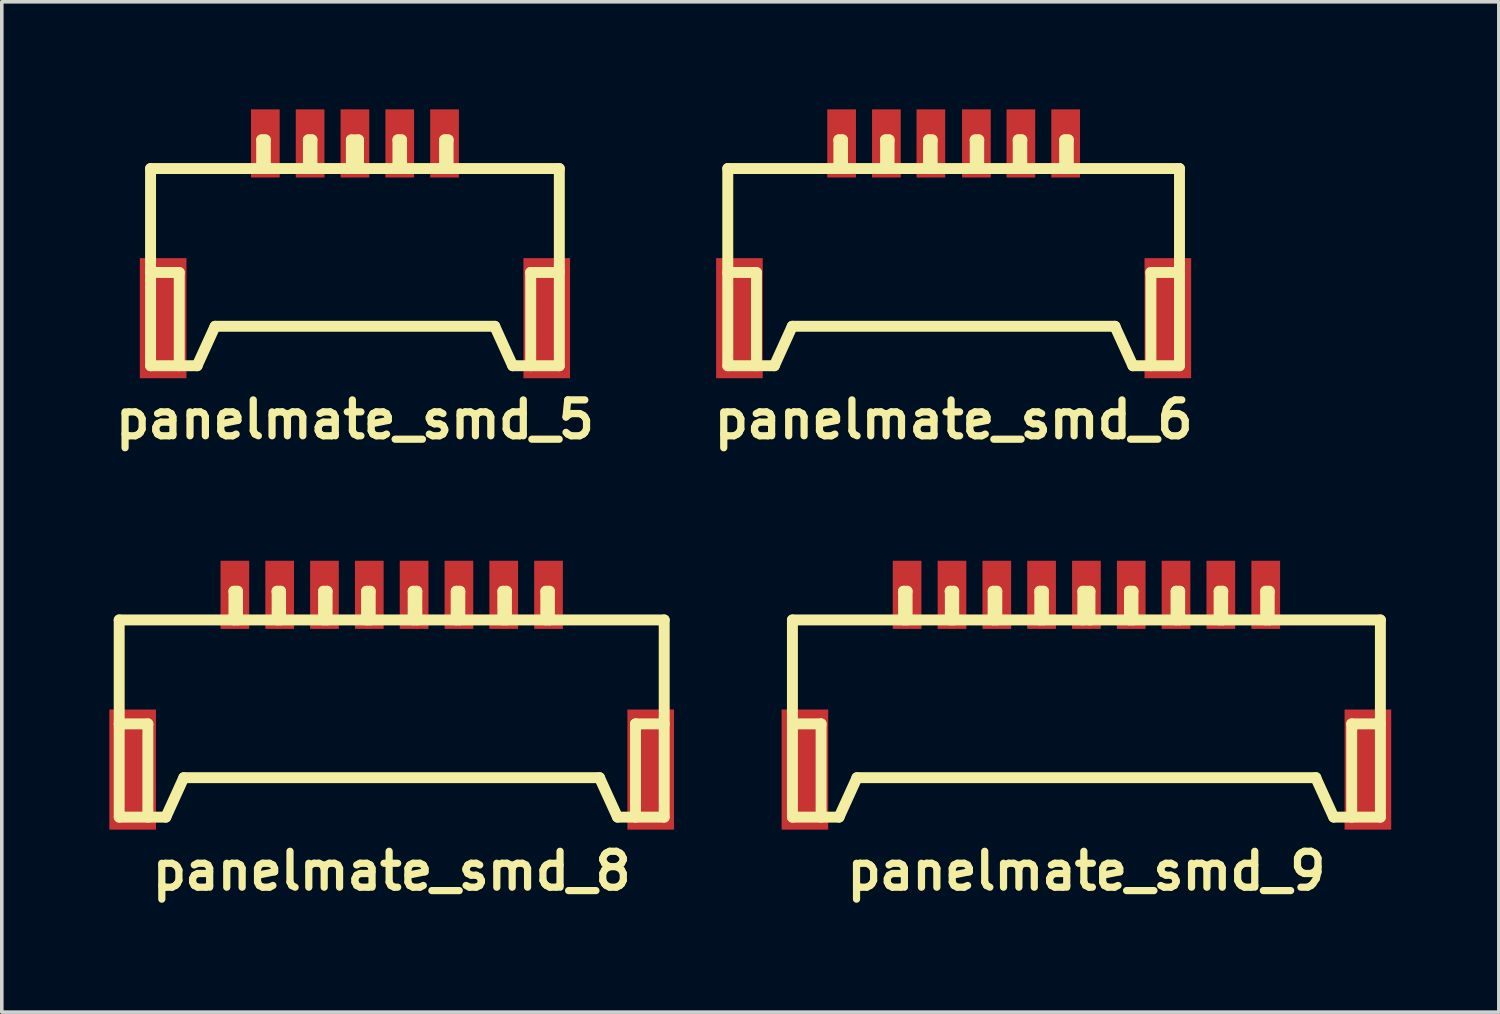
<source format=kicad_pcb>
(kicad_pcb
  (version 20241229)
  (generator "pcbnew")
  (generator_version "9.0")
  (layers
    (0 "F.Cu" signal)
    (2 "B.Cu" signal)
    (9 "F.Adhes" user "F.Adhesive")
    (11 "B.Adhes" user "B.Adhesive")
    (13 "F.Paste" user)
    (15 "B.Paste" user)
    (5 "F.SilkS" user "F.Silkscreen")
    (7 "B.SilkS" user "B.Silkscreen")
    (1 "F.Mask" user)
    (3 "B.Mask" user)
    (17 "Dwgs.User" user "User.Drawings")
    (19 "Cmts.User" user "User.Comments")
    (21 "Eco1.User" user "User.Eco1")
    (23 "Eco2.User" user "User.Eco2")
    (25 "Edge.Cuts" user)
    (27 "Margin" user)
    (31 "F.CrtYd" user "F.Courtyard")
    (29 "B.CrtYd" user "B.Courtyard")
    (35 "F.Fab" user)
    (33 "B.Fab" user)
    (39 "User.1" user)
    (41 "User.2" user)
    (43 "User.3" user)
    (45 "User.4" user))
  (footprint "panelmate_smd_9"
    (layer "F.Cu")
    (at 27.249 17.039)
    (property "Reference" "panelmate_smd_9" (at 0 4.201 0) (layer "F.SilkS") (effects (font (size 1.001 1.001) (thickness 0.201))))
    (attr smd)
    (fp_line (start -8.199 -2.799) (end -8.199 2.7) (stroke (width 0.305) (type solid)) (layer "F.SilkS"))
    (fp_line (start -8.199 0.099) (end -7.399 0.099) (stroke (width 0.305) (type solid)) (layer "F.SilkS"))
    (fp_line (start -7.399 0.099) (end -7.399 2.7) (stroke (width 0.305) (type solid)) (layer "F.SilkS"))
    (fp_line (start -6.899 2.7) (end -8.197 2.7) (stroke (width 0.305) (type solid)) (layer "F.SilkS"))
    (fp_line (start -6.899 2.7) (end -6.398 1.6) (stroke (width 0.305) (type solid)) (layer "F.SilkS"))
    (fp_line (start -6.401 1.6) (end 6.401 1.6) (stroke (width 0.305) (type solid)) (layer "F.SilkS"))
    (fp_line (start -5.103 -3.599) (end -5.001 -3.599) (stroke (width 0.305) (type solid)) (layer "F.SilkS"))
    (fp_line (start -5.098 -2.799) (end -5.098 -3.599) (stroke (width 0.305) (type solid)) (layer "F.SilkS"))
    (fp_line (start -5.001 -3.599) (end -5.001 -2.799) (stroke (width 0.305) (type solid)) (layer "F.SilkS"))
    (fp_line (start -3.802 -3.599) (end -3.701 -3.599) (stroke (width 0.305) (type solid)) (layer "F.SilkS"))
    (fp_line (start -3.795 -2.799) (end -3.795 -3.599) (stroke (width 0.305) (type solid)) (layer "F.SilkS"))
    (fp_line (start -3.701 -3.599) (end -3.701 -2.799) (stroke (width 0.305) (type solid)) (layer "F.SilkS"))
    (fp_line (start -2.601 -3.599) (end -2.601 -2.799) (stroke (width 0.305) (type solid)) (layer "F.SilkS"))
    (fp_line (start -2.499 -3.599) (end -2.601 -3.599) (stroke (width 0.305) (type solid)) (layer "F.SilkS"))
    (fp_line (start -2.499 -3.599) (end -2.499 -2.799) (stroke (width 0.305) (type solid)) (layer "F.SilkS"))
    (fp_line (start -1.3 -3.599) (end -1.199 -3.599) (stroke (width 0.305) (type solid)) (layer "F.SilkS"))
    (fp_line (start -1.3 -2.799) (end -1.3 -3.599) (stroke (width 0.305) (type solid)) (layer "F.SilkS"))
    (fp_line (start -1.199 -3.599) (end -1.199 -2.799) (stroke (width 0.305) (type solid)) (layer "F.SilkS"))
    (fp_line (start -0.099 -3.599) (end 0.099 -3.599) (stroke (width 0.305) (type solid)) (layer "F.SilkS"))
    (fp_line (start -0.099 -2.799) (end -0.099 -3.599) (stroke (width 0.305) (type solid)) (layer "F.SilkS"))
    (fp_line (start 0.099 -3.599) (end 0.099 -2.799) (stroke (width 0.305) (type solid)) (layer "F.SilkS"))
    (fp_line (start 1.201 -3.599) (end 1.201 -2.799) (stroke (width 0.305) (type solid)) (layer "F.SilkS"))
    (fp_line (start 1.298 -3.599) (end 1.298 -2.799) (stroke (width 0.305) (type solid)) (layer "F.SilkS"))
    (fp_line (start 1.3 -3.599) (end 1.199 -3.599) (stroke (width 0.305) (type solid)) (layer "F.SilkS"))
    (fp_line (start 2.499 -3.599) (end 2.499 -2.799) (stroke (width 0.305) (type solid)) (layer "F.SilkS"))
    (fp_line (start 2.504 -3.599) (end 2.603 -3.599) (stroke (width 0.305) (type solid)) (layer "F.SilkS"))
    (fp_line (start 2.601 -2.799) (end 2.601 -3.599) (stroke (width 0.305) (type solid)) (layer "F.SilkS"))
    (fp_line (start 3.701 -3.599) (end 3.701 -2.799) (stroke (width 0.305) (type solid)) (layer "F.SilkS"))
    (fp_line (start 3.8 -2.799) (end 3.8 -3.599) (stroke (width 0.305) (type solid)) (layer "F.SilkS"))
    (fp_line (start 3.805 -3.599) (end 3.703 -3.599) (stroke (width 0.305) (type solid)) (layer "F.SilkS"))
    (fp_line (start 4.999 -3.599) (end 4.999 -2.799) (stroke (width 0.305) (type solid)) (layer "F.SilkS"))
    (fp_line (start 5.001 -3.599) (end 5.1 -3.599) (stroke (width 0.305) (type solid)) (layer "F.SilkS"))
    (fp_line (start 5.098 -2.799) (end 5.098 -3.599) (stroke (width 0.305) (type solid)) (layer "F.SilkS"))
    (fp_line (start 6.396 1.6) (end 6.896 2.7) (stroke (width 0.305) (type solid)) (layer "F.SilkS"))
    (fp_line (start 6.901 2.7) (end 8.199 2.7) (stroke (width 0.305) (type solid)) (layer "F.SilkS"))
    (fp_line (start 7.399 0.099) (end 7.399 2.7) (stroke (width 0.305) (type solid)) (layer "F.SilkS"))
    (fp_line (start 8.199 -2.799) (end -8.199 -2.799) (stroke (width 0.305) (type solid)) (layer "F.SilkS"))
    (fp_line (start 8.199 -2.799) (end 8.199 2.7) (stroke (width 0.305) (type solid)) (layer "F.SilkS"))
    (fp_line (start 8.199 0.099) (end 7.399 0.099) (stroke (width 0.305) (type solid)) (layer "F.SilkS"))
    (pad "1" smd rect (at -5.001 -3.5) (size 0.8 1.9) (layers "F.Cu" "F.Mask" "F.Paste"))
    (pad "2" smd rect (at -3.749 -3.5) (size 0.8 1.9) (layers "F.Cu" "F.Mask" "F.Paste"))
    (pad "3" smd rect (at -2.499 -3.5) (size 0.8 1.9) (layers "F.Cu" "F.Mask" "F.Paste"))
    (pad "4" smd rect (at -1.25 -3.5) (size 0.8 1.9) (layers "F.Cu" "F.Mask" "F.Paste"))
    (pad "5" smd rect (at 0 -3.5) (size 0.8 1.9) (layers "F.Cu" "F.Mask" "F.Paste"))
    (pad "6" smd rect (at 1.25 -3.5) (size 0.8 1.9) (layers "F.Cu" "F.Mask" "F.Paste"))
    (pad "7" smd rect (at 2.499 -3.5) (size 0.8 1.9) (layers "F.Cu" "F.Mask" "F.Paste"))
    (pad "8" smd rect (at 3.749 -3.5) (size 0.8 1.9) (layers "F.Cu" "F.Mask" "F.Paste"))
    (pad "9" smd rect (at 5.001 -3.5) (size 0.8 1.9) (layers "F.Cu" "F.Mask" "F.Paste"))
    (pad "10" smd rect (at -7.851 1.374) (size 1.3 3.35) (layers "F.Cu" "F.Mask" "F.Paste"))
    (pad "10" smd rect (at 7.851 1.374) (size 1.3 3.35) (layers "F.Cu" "F.Mask" "F.Paste")))
  (footprint "panelmate_smd_6"
    (layer "F.Cu")
    (at 23.546 4.45)
    (property "Reference" "panelmate_smd_6" (at 0 4.201 0) (layer "F.SilkS") (effects (font (size 1.001 1.001) (thickness 0.201))))
    (attr smd)
    (fp_line (start -6.299 -2.799) (end -6.299 2.7) (stroke (width 0.305) (type solid)) (layer "F.SilkS"))
    (fp_line (start -6.299 0.099) (end -5.499 0.099) (stroke (width 0.305) (type solid)) (layer "F.SilkS"))
    (fp_line (start -5.499 0.099) (end -5.499 2.7) (stroke (width 0.305) (type solid)) (layer "F.SilkS"))
    (fp_line (start -5.001 2.7) (end -4.501 1.6) (stroke (width 0.305) (type solid)) (layer "F.SilkS"))
    (fp_line (start -4.999 2.7) (end -6.297 2.7) (stroke (width 0.305) (type solid)) (layer "F.SilkS"))
    (fp_line (start -4.501 1.6) (end 4.501 1.6) (stroke (width 0.305) (type solid)) (layer "F.SilkS"))
    (fp_line (start -3.2 -3.599) (end -3.099 -3.599) (stroke (width 0.305) (type solid)) (layer "F.SilkS"))
    (fp_line (start -3.2 -2.799) (end -3.2 -3.599) (stroke (width 0.305) (type solid)) (layer "F.SilkS"))
    (fp_line (start -3.099 -3.599) (end -3.099 -2.799) (stroke (width 0.305) (type solid)) (layer "F.SilkS"))
    (fp_line (start -1.902 -3.599) (end -1.801 -3.599) (stroke (width 0.305) (type solid)) (layer "F.SilkS"))
    (fp_line (start -1.897 -2.799) (end -1.897 -3.599) (stroke (width 0.305) (type solid)) (layer "F.SilkS"))
    (fp_line (start -1.801 -3.599) (end -1.801 -2.799) (stroke (width 0.305) (type solid)) (layer "F.SilkS"))
    (fp_line (start -0.701 -3.599) (end -0.701 -2.799) (stroke (width 0.305) (type solid)) (layer "F.SilkS"))
    (fp_line (start -0.599 -3.599) (end -0.701 -3.599) (stroke (width 0.305) (type solid)) (layer "F.SilkS"))
    (fp_line (start -0.599 -3.599) (end -0.599 -2.799) (stroke (width 0.305) (type solid)) (layer "F.SilkS"))
    (fp_line (start 0.602 -3.599) (end 0.701 -3.599) (stroke (width 0.305) (type solid)) (layer "F.SilkS"))
    (fp_line (start 0.602 -2.799) (end 0.602 -3.599) (stroke (width 0.305) (type solid)) (layer "F.SilkS"))
    (fp_line (start 0.699 -3.599) (end 0.699 -2.799) (stroke (width 0.305) (type solid)) (layer "F.SilkS"))
    (fp_line (start 1.801 -3.599) (end 1.801 -2.799) (stroke (width 0.305) (type solid)) (layer "F.SilkS"))
    (fp_line (start 1.9 -2.799) (end 1.9 -3.599) (stroke (width 0.305) (type solid)) (layer "F.SilkS"))
    (fp_line (start 1.902 -3.599) (end 1.801 -3.599) (stroke (width 0.305) (type solid)) (layer "F.SilkS"))
    (fp_line (start 3.096 -3.599) (end 3.096 -2.799) (stroke (width 0.305) (type solid)) (layer "F.SilkS"))
    (fp_line (start 3.101 -3.599) (end 3.2 -3.599) (stroke (width 0.305) (type solid)) (layer "F.SilkS"))
    (fp_line (start 3.198 -2.799) (end 3.198 -3.599) (stroke (width 0.305) (type solid)) (layer "F.SilkS"))
    (fp_line (start 4.498 1.6) (end 4.999 2.7) (stroke (width 0.305) (type solid)) (layer "F.SilkS"))
    (fp_line (start 5.001 2.7) (end 6.299 2.7) (stroke (width 0.305) (type solid)) (layer "F.SilkS"))
    (fp_line (start 5.502 0.099) (end 5.502 2.7) (stroke (width 0.305) (type solid)) (layer "F.SilkS"))
    (fp_line (start 6.299 -2.799) (end -6.299 -2.799) (stroke (width 0.305) (type solid)) (layer "F.SilkS"))
    (fp_line (start 6.299 -2.799) (end 6.299 2.7) (stroke (width 0.305) (type solid)) (layer "F.SilkS"))
    (fp_line (start 6.299 0.099) (end 5.499 0.099) (stroke (width 0.305) (type solid)) (layer "F.SilkS"))
    (pad "1" smd rect (at -3.124 -3.5) (size 0.8 1.9) (layers "F.Cu" "F.Mask" "F.Paste"))
    (pad "2" smd rect (at -1.875 -3.5) (size 0.8 1.9) (layers "F.Cu" "F.Mask" "F.Paste"))
    (pad "3" smd rect (at -0.635 -3.5) (size 0.8 1.9) (layers "F.Cu" "F.Mask" "F.Paste"))
    (pad "4" smd rect (at 0.635 -3.5) (size 0.8 1.9) (layers "F.Cu" "F.Mask" "F.Paste"))
    (pad "5" smd rect (at 1.875 -3.5) (size 0.8 1.9) (layers "F.Cu" "F.Mask" "F.Paste"))
    (pad "6" smd rect (at 3.124 -3.5) (size 0.8 1.9) (layers "F.Cu" "F.Mask" "F.Paste"))
    (pad "7" smd rect (at -5.974 1.374) (size 1.3 3.35) (layers "F.Cu" "F.Mask" "F.Paste"))
    (pad "7" smd rect (at 5.974 1.374) (size 1.3 3.35) (layers "F.Cu" "F.Mask" "F.Paste")))
  (footprint "panelmate_smd_5"
    (layer "F.Cu")
    (at 6.849 4.45)
    (property "Reference" "panelmate_smd_5" (at 0 4.201 0) (layer "F.SilkS") (effects (font (size 1.001 1.001) (thickness 0.201))))
    (attr smd)
    (fp_line (start -5.7 -2.799) (end -5.7 2.7) (stroke (width 0.305) (type solid)) (layer "F.SilkS"))
    (fp_line (start -5.7 -2.799) (end 5.7 -2.799) (stroke (width 0.305) (type solid)) (layer "F.SilkS"))
    (fp_line (start -5.7 0.099) (end -4.9 0.099) (stroke (width 0.305) (type solid)) (layer "F.SilkS"))
    (fp_line (start -4.9 0.099) (end -4.9 2.7) (stroke (width 0.305) (type solid)) (layer "F.SilkS"))
    (fp_line (start -4.402 2.7) (end -3.901 1.6) (stroke (width 0.305) (type solid)) (layer "F.SilkS"))
    (fp_line (start -4.399 2.7) (end -5.697 2.7) (stroke (width 0.305) (type solid)) (layer "F.SilkS"))
    (fp_line (start -2.601 -3.599) (end -2.499 -3.599) (stroke (width 0.305) (type solid)) (layer "F.SilkS"))
    (fp_line (start -2.601 -2.799) (end -2.601 -3.599) (stroke (width 0.305) (type solid)) (layer "F.SilkS"))
    (fp_line (start -2.499 -3.599) (end -2.499 -2.799) (stroke (width 0.305) (type solid)) (layer "F.SilkS"))
    (fp_line (start -1.3 -3.599) (end -1.199 -3.599) (stroke (width 0.305) (type solid)) (layer "F.SilkS"))
    (fp_line (start -1.298 -2.799) (end -1.298 -3.599) (stroke (width 0.305) (type solid)) (layer "F.SilkS"))
    (fp_line (start -1.199 -3.599) (end -1.199 -2.799) (stroke (width 0.305) (type solid)) (layer "F.SilkS"))
    (fp_line (start -0.099 -3.599) (end -0.099 -2.799) (stroke (width 0.305) (type solid)) (layer "F.SilkS"))
    (fp_line (start -0.099 -3.599) (end 0.099 -3.599) (stroke (width 0.305) (type solid)) (layer "F.SilkS"))
    (fp_line (start 0.099 -3.599) (end 0.099 -2.799) (stroke (width 0.305) (type solid)) (layer "F.SilkS"))
    (fp_line (start 1.199 -3.599) (end 1.199 -2.799) (stroke (width 0.305) (type solid)) (layer "F.SilkS"))
    (fp_line (start 1.3 -3.599) (end 1.199 -3.599) (stroke (width 0.305) (type solid)) (layer "F.SilkS"))
    (fp_line (start 1.3 -2.799) (end 1.3 -3.599) (stroke (width 0.305) (type solid)) (layer "F.SilkS"))
    (fp_line (start 2.499 -2.799) (end 2.499 -3.599) (stroke (width 0.305) (type solid)) (layer "F.SilkS"))
    (fp_line (start 2.502 -3.599) (end 2.601 -3.599) (stroke (width 0.305) (type solid)) (layer "F.SilkS"))
    (fp_line (start 2.598 -3.599) (end 2.598 -2.799) (stroke (width 0.305) (type solid)) (layer "F.SilkS"))
    (fp_line (start 3.899 1.6) (end -3.899 1.6) (stroke (width 0.305) (type solid)) (layer "F.SilkS"))
    (fp_line (start 3.899 1.6) (end 4.399 2.7) (stroke (width 0.305) (type solid)) (layer "F.SilkS"))
    (fp_line (start 4.402 2.7) (end 5.7 2.7) (stroke (width 0.305) (type solid)) (layer "F.SilkS"))
    (fp_line (start 4.902 0.099) (end 4.902 2.7) (stroke (width 0.305) (type solid)) (layer "F.SilkS"))
    (fp_line (start 5.7 -2.799) (end 5.7 2.7) (stroke (width 0.305) (type solid)) (layer "F.SilkS"))
    (fp_line (start 5.7 0.099) (end 4.9 0.099) (stroke (width 0.305) (type solid)) (layer "F.SilkS"))
    (pad "1" smd rect (at -2.499 -3.5) (size 0.8 1.9) (layers "F.Cu" "F.Mask" "F.Paste"))
    (pad "2" smd rect (at -1.25 -3.5) (size 0.8 1.9) (layers "F.Cu" "F.Mask" "F.Paste"))
    (pad "3" smd rect (at 0 -3.5) (size 0.8 1.9) (layers "F.Cu" "F.Mask" "F.Paste"))
    (pad "4" smd rect (at 1.25 -3.5) (size 0.8 1.9) (layers "F.Cu" "F.Mask" "F.Paste"))
    (pad "5" smd rect (at 2.499 -3.5) (size 0.8 1.9) (layers "F.Cu" "F.Mask" "F.Paste"))
    (pad "6" smd rect (at -5.349 1.374) (size 1.3 3.35) (layers "F.Cu" "F.Mask" "F.Paste"))
    (pad "6" smd rect (at 5.349 1.374) (size 1.3 3.35) (layers "F.Cu" "F.Mask" "F.Paste")))
  (footprint "panelmate_smd_8"
    (layer "F.Cu")
    (at 7.874 17.039)
    (property "Reference" "panelmate_smd_8" (at 0 4.201 0) (layer "F.SilkS") (effects (font (size 1.001 1.001) (thickness 0.201))))
    (attr smd)
    (fp_line (start -7.6 -2.799) (end -7.6 2.7) (stroke (width 0.305) (type solid)) (layer "F.SilkS"))
    (fp_line (start -7.6 -2.799) (end 7.6 -2.799) (stroke (width 0.305) (type solid)) (layer "F.SilkS"))
    (fp_line (start -7.6 0.099) (end -6.8 0.099) (stroke (width 0.305) (type solid)) (layer "F.SilkS"))
    (fp_line (start -6.8 0.099) (end -6.8 2.7) (stroke (width 0.305) (type solid)) (layer "F.SilkS"))
    (fp_line (start -6.299 2.7) (end -7.597 2.7) (stroke (width 0.305) (type solid)) (layer "F.SilkS"))
    (fp_line (start -6.299 2.7) (end -5.799 1.6) (stroke (width 0.305) (type solid)) (layer "F.SilkS"))
    (fp_line (start -5.799 1.6) (end 5.799 1.6) (stroke (width 0.305) (type solid)) (layer "F.SilkS"))
    (fp_line (start -4.402 -3.599) (end -4.3 -3.599) (stroke (width 0.305) (type solid)) (layer "F.SilkS"))
    (fp_line (start -4.399 -2.799) (end -4.399 -3.599) (stroke (width 0.305) (type solid)) (layer "F.SilkS"))
    (fp_line (start -4.3 -3.599) (end -4.3 -2.799) (stroke (width 0.305) (type solid)) (layer "F.SilkS"))
    (fp_line (start -3.2 -3.599) (end -3.099 -3.599) (stroke (width 0.305) (type solid)) (layer "F.SilkS"))
    (fp_line (start -3.195 -2.799) (end -3.195 -3.599) (stroke (width 0.305) (type solid)) (layer "F.SilkS"))
    (fp_line (start -3.099 -3.599) (end -3.099 -2.799) (stroke (width 0.305) (type solid)) (layer "F.SilkS"))
    (fp_line (start -1.9 -3.599) (end -1.9 -2.799) (stroke (width 0.305) (type solid)) (layer "F.SilkS"))
    (fp_line (start -1.801 -3.599) (end -1.902 -3.599) (stroke (width 0.305) (type solid)) (layer "F.SilkS"))
    (fp_line (start -1.801 -3.599) (end -1.801 -2.799) (stroke (width 0.305) (type solid)) (layer "F.SilkS"))
    (fp_line (start -0.701 -3.599) (end -0.599 -3.599) (stroke (width 0.305) (type solid)) (layer "F.SilkS"))
    (fp_line (start -0.701 -2.799) (end -0.701 -3.599) (stroke (width 0.305) (type solid)) (layer "F.SilkS"))
    (fp_line (start -0.599 -3.599) (end -0.599 -2.799) (stroke (width 0.305) (type solid)) (layer "F.SilkS"))
    (fp_line (start 0.599 -3.599) (end 0.599 -2.799) (stroke (width 0.305) (type solid)) (layer "F.SilkS"))
    (fp_line (start 0.701 -3.599) (end 0.599 -3.599) (stroke (width 0.305) (type solid)) (layer "F.SilkS"))
    (fp_line (start 0.701 -3.599) (end 0.701 -2.799) (stroke (width 0.305) (type solid)) (layer "F.SilkS"))
    (fp_line (start 1.798 -3.599) (end 1.798 -2.799) (stroke (width 0.305) (type solid)) (layer "F.SilkS"))
    (fp_line (start 1.803 -3.599) (end 1.902 -3.599) (stroke (width 0.305) (type solid)) (layer "F.SilkS"))
    (fp_line (start 1.9 -2.799) (end 1.9 -3.599) (stroke (width 0.305) (type solid)) (layer "F.SilkS"))
    (fp_line (start 3.099 -3.599) (end 3.099 -2.799) (stroke (width 0.305) (type solid)) (layer "F.SilkS"))
    (fp_line (start 3.2 -2.799) (end 3.2 -3.599) (stroke (width 0.305) (type solid)) (layer "F.SilkS"))
    (fp_line (start 3.203 -3.599) (end 3.101 -3.599) (stroke (width 0.305) (type solid)) (layer "F.SilkS"))
    (fp_line (start 4.298 -3.599) (end 4.298 -2.799) (stroke (width 0.305) (type solid)) (layer "F.SilkS"))
    (fp_line (start 4.3 -3.599) (end 4.399 -3.599) (stroke (width 0.305) (type solid)) (layer "F.SilkS"))
    (fp_line (start 4.399 -2.799) (end 4.399 -3.599) (stroke (width 0.305) (type solid)) (layer "F.SilkS"))
    (fp_line (start 5.796 1.6) (end 6.297 2.7) (stroke (width 0.305) (type solid)) (layer "F.SilkS"))
    (fp_line (start 6.302 2.7) (end 7.6 2.7) (stroke (width 0.305) (type solid)) (layer "F.SilkS"))
    (fp_line (start 6.8 0.099) (end 6.8 2.7) (stroke (width 0.305) (type solid)) (layer "F.SilkS"))
    (fp_line (start 7.6 -2.799) (end 7.6 2.7) (stroke (width 0.305) (type solid)) (layer "F.SilkS"))
    (fp_line (start 7.6 0.099) (end 6.8 0.099) (stroke (width 0.305) (type solid)) (layer "F.SilkS"))
    (pad "1" smd rect (at -4.374 -3.5) (size 0.8 1.9) (layers "F.Cu" "F.Mask" "F.Paste"))
    (pad "2" smd rect (at -3.124 -3.5) (size 0.8 1.9) (layers "F.Cu" "F.Mask" "F.Paste"))
    (pad "3" smd rect (at -1.875 -3.5) (size 0.8 1.9) (layers "F.Cu" "F.Mask" "F.Paste"))
    (pad "4" smd rect (at -0.625 -3.5) (size 0.8 1.9) (layers "F.Cu" "F.Mask" "F.Paste"))
    (pad "5" smd rect (at 0.625 -3.5) (size 0.8 1.9) (layers "F.Cu" "F.Mask" "F.Paste"))
    (pad "6" smd rect (at 1.875 -3.5) (size 0.8 1.9) (layers "F.Cu" "F.Mask" "F.Paste"))
    (pad "7" smd rect (at 3.124 -3.5) (size 0.8 1.9) (layers "F.Cu" "F.Mask" "F.Paste"))
    (pad "8" smd rect (at 4.374 -3.5) (size 0.8 1.9) (layers "F.Cu" "F.Mask" "F.Paste"))
    (pad "9" smd rect (at -7.224 1.374) (size 1.3 3.35) (layers "F.Cu" "F.Mask" "F.Paste"))
    (pad "9" smd rect (at 7.224 1.374) (size 1.3 3.35) (layers "F.Cu" "F.Mask" "F.Paste")))
  (gr_rect
    (start -3 -3)
    (end 38.751 25.178)
    (stroke (width 0.1) (type default))
    (fill no)
    (layer "Edge.Cuts")))
</source>
